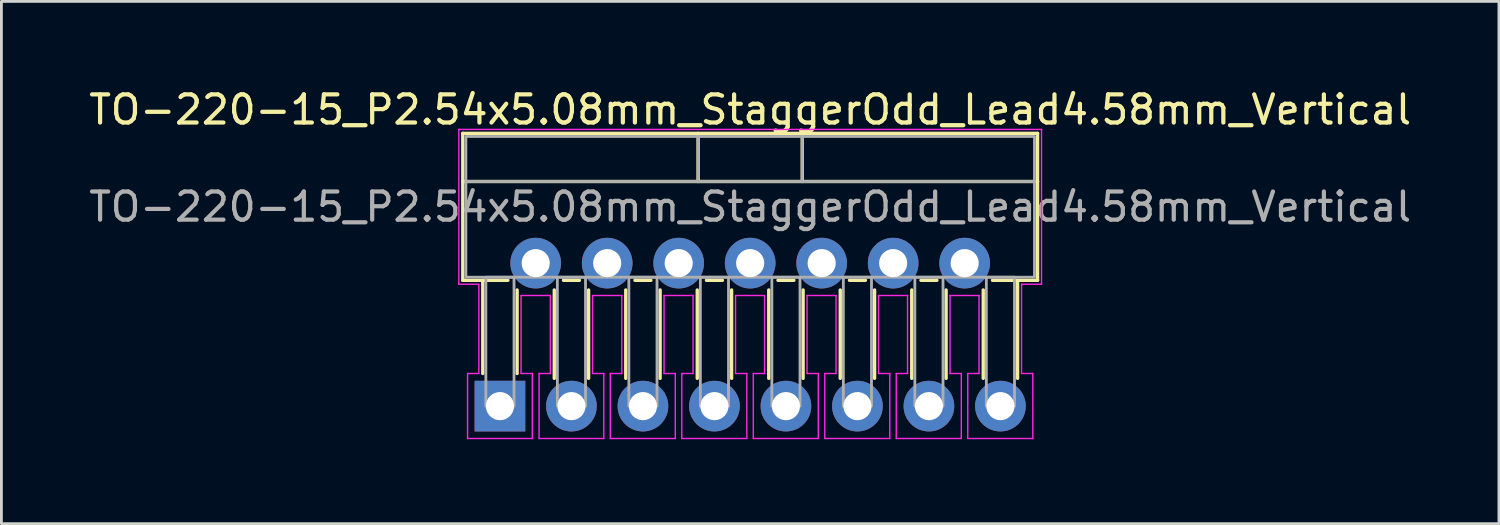
<source format=kicad_pcb>
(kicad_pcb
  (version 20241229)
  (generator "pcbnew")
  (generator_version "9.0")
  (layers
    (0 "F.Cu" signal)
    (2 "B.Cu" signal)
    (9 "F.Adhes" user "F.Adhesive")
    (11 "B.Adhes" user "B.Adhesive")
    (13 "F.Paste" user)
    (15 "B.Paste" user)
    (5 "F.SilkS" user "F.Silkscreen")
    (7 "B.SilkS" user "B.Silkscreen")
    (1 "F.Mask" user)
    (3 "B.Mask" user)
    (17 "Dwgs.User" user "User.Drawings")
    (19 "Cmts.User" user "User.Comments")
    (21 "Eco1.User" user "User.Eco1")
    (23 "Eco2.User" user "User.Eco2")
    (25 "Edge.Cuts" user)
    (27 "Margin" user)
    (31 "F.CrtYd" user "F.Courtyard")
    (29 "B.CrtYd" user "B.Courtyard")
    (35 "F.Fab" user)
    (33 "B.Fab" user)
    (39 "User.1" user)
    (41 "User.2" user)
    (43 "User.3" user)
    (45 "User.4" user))
  (footprint "TO-220-15_P2.54x5.08mm_StaggerOdd_Lead4.58mm_Vertical"
    (layer "F.Cu")
    (at 14.711 11.378)
    (property "Reference" "TO-220-15_P2.54x5.08mm_StaggerOdd_Lead4.58mm_Vertical" (at 8.89 -10.53 0) (layer "F.SilkS") (effects (font (size 1 1) (thickness 0.15))))
    (attr through_hole)
    (fp_line (start -1.32 -9.69) (end 19.1 -9.69) (stroke (width 0.12) (type solid)) (layer "F.SilkS"))
    (fp_line (start -1.32 -7.98) (end 19.1 -7.98) (stroke (width 0.12) (type solid)) (layer "F.SilkS"))
    (fp_line (start -1.32 -4.47) (end -1.32 -9.69) (stroke (width 0.12) (type solid)) (layer "F.SilkS"))
    (fp_line (start -0.61 -4.47) (end -0.61 -1.16) (stroke (width 0.12) (type solid)) (layer "F.SilkS"))
    (fp_line (start 0.283 -4.47) (end -1.32 -4.47) (stroke (width 0.12) (type solid)) (layer "F.SilkS"))
    (fp_line (start 0.61 -4.126) (end 0.61 -1.16) (stroke (width 0.12) (type solid)) (layer "F.SilkS"))
    (fp_line (start 1.93 -4.126) (end 1.93 -0.987) (stroke (width 0.12) (type solid)) (layer "F.SilkS"))
    (fp_line (start 2.823 -4.47) (end 2.257 -4.47) (stroke (width 0.12) (type solid)) (layer "F.SilkS"))
    (fp_line (start 3.15 -4.126) (end 3.15 -0.987) (stroke (width 0.12) (type solid)) (layer "F.SilkS"))
    (fp_line (start 4.47 -4.126) (end 4.47 -0.987) (stroke (width 0.12) (type solid)) (layer "F.SilkS"))
    (fp_line (start 5.363 -4.47) (end 4.797 -4.47) (stroke (width 0.12) (type solid)) (layer "F.SilkS"))
    (fp_line (start 5.69 -4.126) (end 5.69 -0.987) (stroke (width 0.12) (type solid)) (layer "F.SilkS"))
    (fp_line (start 7.01 -4.126) (end 7.01 -0.987) (stroke (width 0.12) (type solid)) (layer "F.SilkS"))
    (fp_line (start 7.04 -9.69) (end 7.04 -7.98) (stroke (width 0.12) (type solid)) (layer "F.SilkS"))
    (fp_line (start 7.903 -4.47) (end 7.337 -4.47) (stroke (width 0.12) (type solid)) (layer "F.SilkS"))
    (fp_line (start 8.23 -4.126) (end 8.23 -0.987) (stroke (width 0.12) (type solid)) (layer "F.SilkS"))
    (fp_line (start 9.55 -4.126) (end 9.55 -0.987) (stroke (width 0.12) (type solid)) (layer "F.SilkS"))
    (fp_line (start 10.443 -4.47) (end 9.877 -4.47) (stroke (width 0.12) (type solid)) (layer "F.SilkS"))
    (fp_line (start 10.74 -9.69) (end 10.74 -7.98) (stroke (width 0.12) (type solid)) (layer "F.SilkS"))
    (fp_line (start 10.77 -4.126) (end 10.77 -0.987) (stroke (width 0.12) (type solid)) (layer "F.SilkS"))
    (fp_line (start 12.09 -4.126) (end 12.09 -0.987) (stroke (width 0.12) (type solid)) (layer "F.SilkS"))
    (fp_line (start 12.983 -4.47) (end 12.417 -4.47) (stroke (width 0.12) (type solid)) (layer "F.SilkS"))
    (fp_line (start 13.31 -4.126) (end 13.31 -0.987) (stroke (width 0.12) (type solid)) (layer "F.SilkS"))
    (fp_line (start 14.63 -4.126) (end 14.63 -0.987) (stroke (width 0.12) (type solid)) (layer "F.SilkS"))
    (fp_line (start 15.523 -4.47) (end 14.957 -4.47) (stroke (width 0.12) (type solid)) (layer "F.SilkS"))
    (fp_line (start 15.85 -4.126) (end 15.85 -0.987) (stroke (width 0.12) (type solid)) (layer "F.SilkS"))
    (fp_line (start 17.17 -4.126) (end 17.17 -0.987) (stroke (width 0.12) (type solid)) (layer "F.SilkS"))
    (fp_line (start 18.39 -4.47) (end 18.39 -0.987) (stroke (width 0.12) (type solid)) (layer "F.SilkS"))
    (fp_line (start 19.1 -9.69) (end 19.1 -4.47) (stroke (width 0.12) (type solid)) (layer "F.SilkS"))
    (fp_line (start 19.1 -4.47) (end 17.497 -4.47) (stroke (width 0.12) (type solid)) (layer "F.SilkS"))
    (fp_line (start -1.46 -9.83) (end 19.24 -9.83) (stroke (width 0.05) (type solid)) (layer "F.CrtYd"))
    (fp_line (start -1.46 -4.33) (end -1.46 -9.83) (stroke (width 0.05) (type solid)) (layer "F.CrtYd"))
    (fp_line (start -1.15 -1.16) (end -0.75 -1.16) (stroke (width 0.05) (type solid)) (layer "F.CrtYd"))
    (fp_line (start -1.15 1.15) (end -1.15 -1.16) (stroke (width 0.05) (type solid)) (layer "F.CrtYd"))
    (fp_line (start -0.75 -4.33) (end -1.46 -4.33) (stroke (width 0.05) (type solid)) (layer "F.CrtYd"))
    (fp_line (start -0.75 -1.16) (end -0.75 -4.33) (stroke (width 0.05) (type solid)) (layer "F.CrtYd"))
    (fp_line (start 0.75 -3.93) (end 0.75 -1.16) (stroke (width 0.05) (type solid)) (layer "F.CrtYd"))
    (fp_line (start 0.75 -1.16) (end 1.15 -1.16) (stroke (width 0.05) (type solid)) (layer "F.CrtYd"))
    (fp_line (start 1.15 -1.16) (end 1.15 1.15) (stroke (width 0.05) (type solid)) (layer "F.CrtYd"))
    (fp_line (start 1.15 1.15) (end -1.15 1.15) (stroke (width 0.05) (type solid)) (layer "F.CrtYd"))
    (fp_line (start 1.39 -1.16) (end 1.79 -1.16) (stroke (width 0.05) (type solid)) (layer "F.CrtYd"))
    (fp_line (start 1.39 1.15) (end 1.39 -1.16) (stroke (width 0.05) (type solid)) (layer "F.CrtYd"))
    (fp_line (start 1.79 -3.93) (end 0.75 -3.93) (stroke (width 0.05) (type solid)) (layer "F.CrtYd"))
    (fp_line (start 1.79 -1.16) (end 1.79 -3.93) (stroke (width 0.05) (type solid)) (layer "F.CrtYd"))
    (fp_line (start 3.29 -3.93) (end 3.29 -1.16) (stroke (width 0.05) (type solid)) (layer "F.CrtYd"))
    (fp_line (start 3.29 -1.16) (end 3.69 -1.16) (stroke (width 0.05) (type solid)) (layer "F.CrtYd"))
    (fp_line (start 3.69 -1.16) (end 3.69 1.15) (stroke (width 0.05) (type solid)) (layer "F.CrtYd"))
    (fp_line (start 3.69 1.15) (end 1.39 1.15) (stroke (width 0.05) (type solid)) (layer "F.CrtYd"))
    (fp_line (start 3.92 -1.16) (end 4.33 -1.16) (stroke (width 0.05) (type solid)) (layer "F.CrtYd"))
    (fp_line (start 3.92 1.15) (end 3.92 -1.16) (stroke (width 0.05) (type solid)) (layer "F.CrtYd"))
    (fp_line (start 4.33 -3.93) (end 3.29 -3.93) (stroke (width 0.05) (type solid)) (layer "F.CrtYd"))
    (fp_line (start 4.33 -1.16) (end 4.33 -3.93) (stroke (width 0.05) (type solid)) (layer "F.CrtYd"))
    (fp_line (start 5.83 -3.93) (end 5.83 -1.16) (stroke (width 0.05) (type solid)) (layer "F.CrtYd"))
    (fp_line (start 5.83 -1.16) (end 6.23 -1.16) (stroke (width 0.05) (type solid)) (layer "F.CrtYd"))
    (fp_line (start 6.23 -1.16) (end 6.23 1.15) (stroke (width 0.05) (type solid)) (layer "F.CrtYd"))
    (fp_line (start 6.23 1.15) (end 3.92 1.15) (stroke (width 0.05) (type solid)) (layer "F.CrtYd"))
    (fp_line (start 6.46 -1.16) (end 6.86 -1.16) (stroke (width 0.05) (type solid)) (layer "F.CrtYd"))
    (fp_line (start 6.46 1.15) (end 6.46 -1.16) (stroke (width 0.05) (type solid)) (layer "F.CrtYd"))
    (fp_line (start 6.86 -3.93) (end 5.83 -3.93) (stroke (width 0.05) (type solid)) (layer "F.CrtYd"))
    (fp_line (start 6.86 -1.16) (end 6.86 -3.93) (stroke (width 0.05) (type solid)) (layer "F.CrtYd"))
    (fp_line (start 8.37 -3.93) (end 8.37 -1.16) (stroke (width 0.05) (type solid)) (layer "F.CrtYd"))
    (fp_line (start 8.37 -1.16) (end 8.77 -1.16) (stroke (width 0.05) (type solid)) (layer "F.CrtYd"))
    (fp_line (start 8.77 -1.16) (end 8.77 1.15) (stroke (width 0.05) (type solid)) (layer "F.CrtYd"))
    (fp_line (start 8.77 1.15) (end 6.46 1.15) (stroke (width 0.05) (type solid)) (layer "F.CrtYd"))
    (fp_line (start 9 -1.16) (end 9.4 -1.16) (stroke (width 0.05) (type solid)) (layer "F.CrtYd"))
    (fp_line (start 9 1.15) (end 9 -1.16) (stroke (width 0.05) (type solid)) (layer "F.CrtYd"))
    (fp_line (start 9.4 -3.93) (end 8.37 -3.93) (stroke (width 0.05) (type solid)) (layer "F.CrtYd"))
    (fp_line (start 9.4 -1.16) (end 9.4 -3.93) (stroke (width 0.05) (type solid)) (layer "F.CrtYd"))
    (fp_line (start 10.91 -3.93) (end 10.91 -1.16) (stroke (width 0.05) (type solid)) (layer "F.CrtYd"))
    (fp_line (start 10.91 -1.16) (end 11.31 -1.16) (stroke (width 0.05) (type solid)) (layer "F.CrtYd"))
    (fp_line (start 11.31 -1.16) (end 11.31 1.15) (stroke (width 0.05) (type solid)) (layer "F.CrtYd"))
    (fp_line (start 11.31 1.15) (end 9 1.15) (stroke (width 0.05) (type solid)) (layer "F.CrtYd"))
    (fp_line (start 11.54 -1.16) (end 11.94 -1.16) (stroke (width 0.05) (type solid)) (layer "F.CrtYd"))
    (fp_line (start 11.54 1.15) (end 11.54 -1.16) (stroke (width 0.05) (type solid)) (layer "F.CrtYd"))
    (fp_line (start 11.94 -3.93) (end 10.91 -3.93) (stroke (width 0.05) (type solid)) (layer "F.CrtYd"))
    (fp_line (start 11.94 -1.16) (end 11.94 -3.93) (stroke (width 0.05) (type solid)) (layer "F.CrtYd"))
    (fp_line (start 13.45 -3.93) (end 13.45 -1.16) (stroke (width 0.05) (type solid)) (layer "F.CrtYd"))
    (fp_line (start 13.45 -1.16) (end 13.85 -1.16) (stroke (width 0.05) (type solid)) (layer "F.CrtYd"))
    (fp_line (start 13.85 -1.16) (end 13.85 1.15) (stroke (width 0.05) (type solid)) (layer "F.CrtYd"))
    (fp_line (start 13.85 1.15) (end 11.54 1.15) (stroke (width 0.05) (type solid)) (layer "F.CrtYd"))
    (fp_line (start 14.08 -1.16) (end 14.48 -1.16) (stroke (width 0.05) (type solid)) (layer "F.CrtYd"))
    (fp_line (start 14.08 1.15) (end 14.08 -1.16) (stroke (width 0.05) (type solid)) (layer "F.CrtYd"))
    (fp_line (start 14.48 -3.93) (end 13.45 -3.93) (stroke (width 0.05) (type solid)) (layer "F.CrtYd"))
    (fp_line (start 14.48 -1.16) (end 14.48 -3.93) (stroke (width 0.05) (type solid)) (layer "F.CrtYd"))
    (fp_line (start 15.99 -3.93) (end 15.99 -1.16) (stroke (width 0.05) (type solid)) (layer "F.CrtYd"))
    (fp_line (start 15.99 -1.16) (end 16.39 -1.16) (stroke (width 0.05) (type solid)) (layer "F.CrtYd"))
    (fp_line (start 16.39 -1.16) (end 16.39 1.15) (stroke (width 0.05) (type solid)) (layer "F.CrtYd"))
    (fp_line (start 16.39 1.15) (end 14.08 1.15) (stroke (width 0.05) (type solid)) (layer "F.CrtYd"))
    (fp_line (start 16.62 -1.16) (end 17.02 -1.16) (stroke (width 0.05) (type solid)) (layer "F.CrtYd"))
    (fp_line (start 16.62 1.15) (end 16.62 -1.16) (stroke (width 0.05) (type solid)) (layer "F.CrtYd"))
    (fp_line (start 17.02 -3.93) (end 15.99 -3.93) (stroke (width 0.05) (type solid)) (layer "F.CrtYd"))
    (fp_line (start 17.02 -1.16) (end 17.02 -3.93) (stroke (width 0.05) (type solid)) (layer "F.CrtYd"))
    (fp_line (start 18.53 -4.33) (end 18.53 -1.16) (stroke (width 0.05) (type solid)) (layer "F.CrtYd"))
    (fp_line (start 18.53 -1.16) (end 18.93 -1.16) (stroke (width 0.05) (type solid)) (layer "F.CrtYd"))
    (fp_line (start 18.93 -1.16) (end 18.93 1.15) (stroke (width 0.05) (type solid)) (layer "F.CrtYd"))
    (fp_line (start 18.93 1.15) (end 16.62 1.15) (stroke (width 0.05) (type solid)) (layer "F.CrtYd"))
    (fp_line (start 19.24 -9.83) (end 19.24 -4.33) (stroke (width 0.05) (type solid)) (layer "F.CrtYd"))
    (fp_line (start 19.24 -4.33) (end 18.53 -4.33) (stroke (width 0.05) (type solid)) (layer "F.CrtYd"))
    (fp_line (start -1.21 -7.98) (end 18.99 -7.98) (stroke (width 0.1) (type solid)) (layer "F.Fab"))
    (fp_line (start 7.04 -9.58) (end 7.04 -7.98) (stroke (width 0.1) (type solid)) (layer "F.Fab"))
    (fp_line (start 10.74 -9.58) (end 10.74 -7.98) (stroke (width 0.1) (type solid)) (layer "F.Fab"))
    (fp_rect (start -1.21 -9.58) (end 18.99 -4.58) (stroke (width 0.1) (type solid)) (fill no) (layer "F.Fab"))
    (fp_rect (start -0.5 -4.58) (end 0.5 0) (stroke (width 0.1) (type solid)) (fill no) (layer "F.Fab"))
    (fp_rect (start 2.04 -4.58) (end 3.04 0) (stroke (width 0.1) (type solid)) (fill no) (layer "F.Fab"))
    (fp_rect (start 4.58 -4.58) (end 5.58 0) (stroke (width 0.1) (type solid)) (fill no) (layer "F.Fab"))
    (fp_rect (start 7.12 -4.58) (end 8.12 0) (stroke (width 0.1) (type solid)) (fill no) (layer "F.Fab"))
    (fp_rect (start 9.66 -4.58) (end 10.66 0) (stroke (width 0.1) (type solid)) (fill no) (layer "F.Fab"))
    (fp_rect (start 12.2 -4.58) (end 13.2 0) (stroke (width 0.1) (type solid)) (fill no) (layer "F.Fab"))
    (fp_rect (start 14.74 -4.58) (end 15.74 0) (stroke (width 0.1) (type solid)) (fill no) (layer "F.Fab"))
    (fp_rect (start 17.28 -4.58) (end 18.28 0) (stroke (width 0.1) (type solid)) (fill no) (layer "F.Fab"))
    (fp_text user "${REFERENCE}" (at 8.89 -7.08 0) (layer "F.Fab") (effects (font (size 1 1) (thickness 0.15))))
    (pad "1" thru_hole rect (at 0 0) (size 1.8 1.8) (drill 1) (layers "*.Cu" "*.Mask"))
    (pad "2" thru_hole circle (at 1.27 -5.08) (size 1.8 1.8) (drill 1) (layers "*.Cu" "*.Mask"))
    (pad "3" thru_hole circle (at 2.54 0) (size 1.8 1.8) (drill 1) (layers "*.Cu" "*.Mask"))
    (pad "4" thru_hole circle (at 3.81 -5.08) (size 1.8 1.8) (drill 1) (layers "*.Cu" "*.Mask"))
    (pad "5" thru_hole circle (at 5.08 0) (size 1.8 1.8) (drill 1) (layers "*.Cu" "*.Mask"))
    (pad "6" thru_hole circle (at 6.35 -5.08) (size 1.8 1.8) (drill 1) (layers "*.Cu" "*.Mask"))
    (pad "7" thru_hole circle (at 7.62 0) (size 1.8 1.8) (drill 1) (layers "*.Cu" "*.Mask"))
    (pad "8" thru_hole circle (at 8.89 -5.08) (size 1.8 1.8) (drill 1) (layers "*.Cu" "*.Mask"))
    (pad "9" thru_hole circle (at 10.16 0) (size 1.8 1.8) (drill 1) (layers "*.Cu" "*.Mask"))
    (pad "10" thru_hole circle (at 11.43 -5.08) (size 1.8 1.8) (drill 1) (layers "*.Cu" "*.Mask"))
    (pad "11" thru_hole circle (at 12.7 0) (size 1.8 1.8) (drill 1) (layers "*.Cu" "*.Mask"))
    (pad "12" thru_hole circle (at 13.97 -5.08) (size 1.8 1.8) (drill 1) (layers "*.Cu" "*.Mask"))
    (pad "13" thru_hole circle (at 15.24 0) (size 1.8 1.8) (drill 1) (layers "*.Cu" "*.Mask"))
    (pad "14" thru_hole circle (at 16.51 -5.08) (size 1.8 1.8) (drill 1) (layers "*.Cu" "*.Mask"))
    (pad "15" thru_hole circle (at 17.78 0) (size 1.8 1.8) (drill 1) (layers "*.Cu" "*.Mask")))
  (gr_rect
    (start -3 -3)
    (end 50.202 15.553)
    (stroke (width 0.1) (type default))
    (fill no)
    (layer "Edge.Cuts")))
</source>
